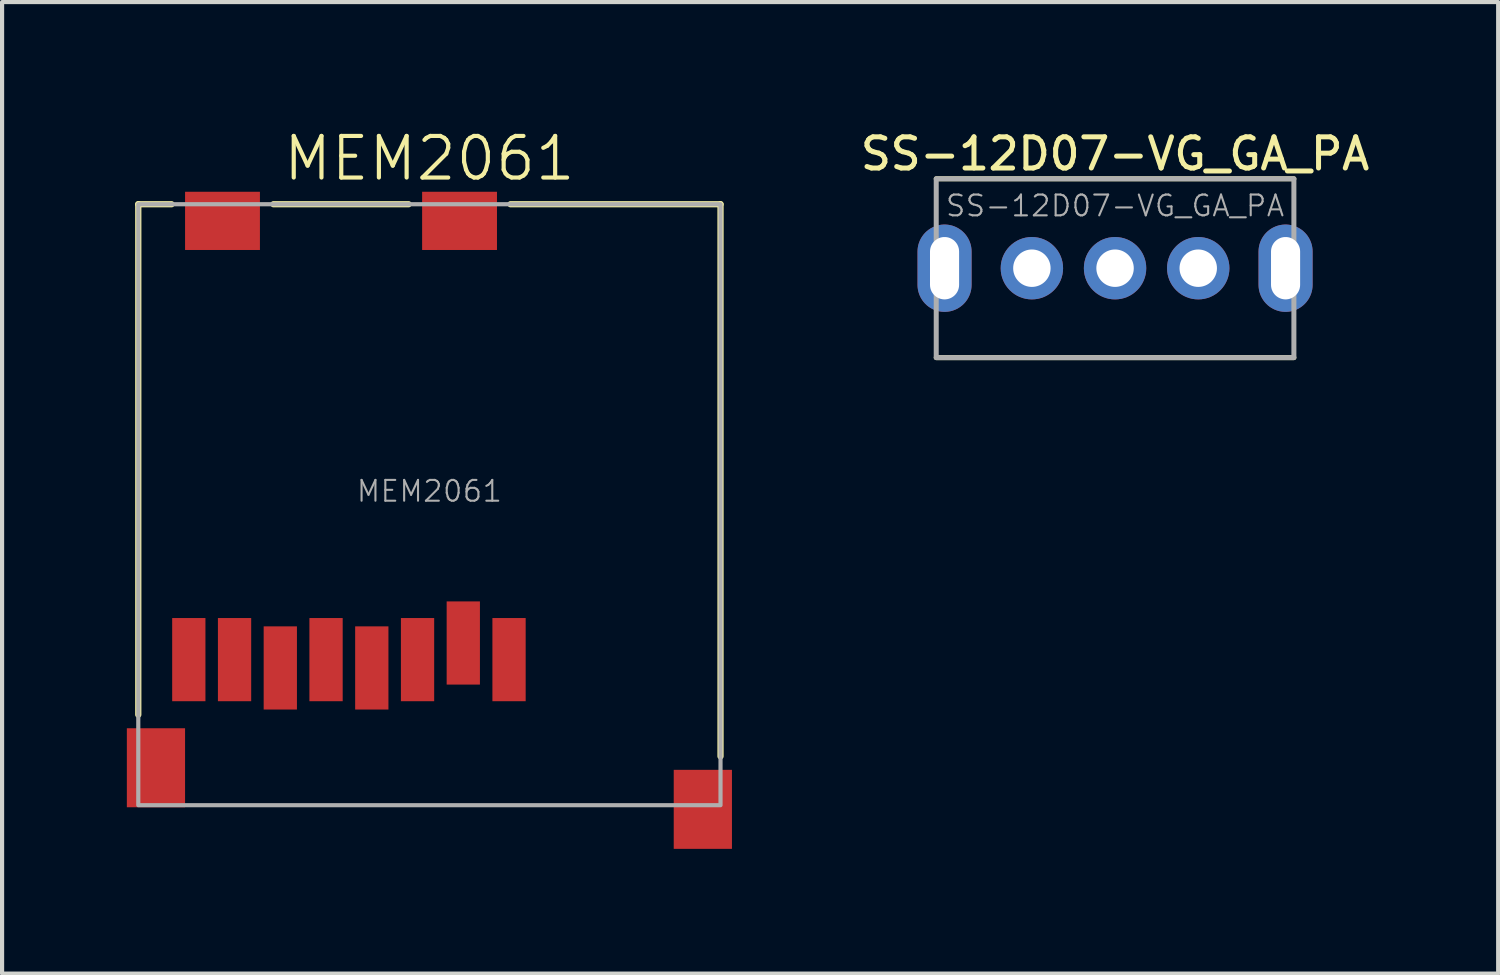
<source format=kicad_pcb>
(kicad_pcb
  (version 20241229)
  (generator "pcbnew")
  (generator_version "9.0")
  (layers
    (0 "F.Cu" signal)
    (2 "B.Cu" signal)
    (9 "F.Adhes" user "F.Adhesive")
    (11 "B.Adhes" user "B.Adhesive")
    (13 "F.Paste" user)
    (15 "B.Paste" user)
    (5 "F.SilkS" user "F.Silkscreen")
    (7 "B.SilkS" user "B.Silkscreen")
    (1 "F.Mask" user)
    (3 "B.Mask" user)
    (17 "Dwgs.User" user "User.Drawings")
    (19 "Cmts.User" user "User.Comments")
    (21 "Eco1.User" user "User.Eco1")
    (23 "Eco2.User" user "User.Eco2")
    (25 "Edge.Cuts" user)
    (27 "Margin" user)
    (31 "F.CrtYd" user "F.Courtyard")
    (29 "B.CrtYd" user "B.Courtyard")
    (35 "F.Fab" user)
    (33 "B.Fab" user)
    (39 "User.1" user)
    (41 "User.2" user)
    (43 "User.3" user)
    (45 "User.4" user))
  (footprint "SS-12D07-VG_GA_PA"
    (layer "F.Cu")
    (at 23.762 3.399)
    (property "Reference" "SS-12D07-VG_GA_PA" (at 0 -2.75 0) (unlocked yes) (layer "F.SilkS") (effects (font (size 0.75 0.75) (thickness 0.12))))
    (attr through_hole)
    (fp_line (start 4.3 -2.15) (end -4.3 -2.15) (stroke (width 0.12) (type default)) (layer "F.SilkS"))
    (fp_line (start 4.3 2.15) (end -4.3 2.15) (stroke (width 0.12) (type default)) (layer "F.SilkS"))
    (fp_rect (start -4.3 -2.15) (end 4.3 2.15) (stroke (width 0.12) (type default)) (fill no) (layer "F.Fab"))
    (fp_text user "${REFERENCE}" (at 0 -1.5 0) (unlocked yes) (layer "F.Fab") (effects (font (size 0.5 0.5) (thickness 0.05))))
    (pad "" thru_hole oval (at -4.1 0) (size 1.3 2.1) (drill oval 0.7 1.5) (layers "*.Cu" "*.Mask"))
    (pad "" thru_hole oval (at 4.1 0) (size 1.3 2.1) (drill oval 0.7 1.5) (layers "*.Cu" "*.Mask"))
    (pad "1" thru_hole circle (at -2 0) (size 1.5 1.5) (drill 0.9) (layers "*.Cu" "*.Mask"))
    (pad "2" thru_hole circle (at 0 0) (size 1.5 1.5) (drill 0.9) (layers "*.Cu" "*.Mask"))
    (pad "3" thru_hole circle (at 2 0) (size 1.5 1.5) (drill 0.9) (layers "*.Cu" "*.Mask")))
  (footprint "MEM2061"
    (layer "F.Cu")
    (at 7.275 15.411)
    (property "Reference" "MEM2061" (at 0 -14.65 0) (unlocked yes) (layer "F.SilkS") (effects (font (size 1 1) (thickness 0.1))))
    (attr smd)
    (fp_line (start -7 -13.55) (end -7 -1.275) (stroke (width 0.15) (type default)) (layer "F.SilkS"))
    (fp_line (start -7 -13.55) (end -6.2 -13.55) (stroke (width 0.15) (type default)) (layer "F.SilkS"))
    (fp_line (start -0.5 -13.55) (end -3.75 -13.55) (stroke (width 0.15) (type default)) (layer "F.SilkS"))
    (fp_line (start 7 -13.55) (end 1.95 -13.55) (stroke (width 0.15) (type default)) (layer "F.SilkS"))
    (fp_line (start 7 -0.275) (end 7 -13.55) (stroke (width 0.15) (type default)) (layer "F.SilkS"))
    (fp_rect (start -7 -13.55) (end 7 0.9) (stroke (width 0.1) (type default)) (fill no) (layer "F.Fab"))
    (fp_text user "${REFERENCE}" (at 0 -6.65 0) (unlocked yes) (layer "F.Fab") (effects (font (size 0.5 0.5) (thickness 0.05))))
    (pad "1" smd rect (at 1.915 -2.6) (size 0.8 2) (layers "F.Cu" "F.Mask" "F.Paste"))
    (pad "2" smd rect (at 0.815 -3) (size 0.8 2) (layers "F.Cu" "F.Mask" "F.Paste"))
    (pad "3" smd rect (at -0.285 -2.6) (size 0.8 2) (layers "F.Cu" "F.Mask" "F.Paste"))
    (pad "4" smd rect (at -1.385 -2.4) (size 0.8 2) (layers "F.Cu" "F.Mask" "F.Paste"))
    (pad "5" smd rect (at -2.485 -2.6) (size 0.8 2) (layers "F.Cu" "F.Mask" "F.Paste"))
    (pad "6" smd rect (at -3.585 -2.4) (size 0.8 2) (layers "F.Cu" "F.Mask" "F.Paste"))
    (pad "7" smd rect (at -4.685 -2.6) (size 0.8 2) (layers "F.Cu" "F.Mask" "F.Paste"))
    (pad "8" smd rect (at -5.785 -2.6) (size 0.8 2) (layers "F.Cu" "F.Mask" "F.Paste"))
    (pad "9" smd rect (at -4.975 -13.15) (size 1.8 1.4) (layers "F.Cu" "F.Mask" "F.Paste"))
    (pad "9" smd rect (at 0.725 -13.15) (size 1.8 1.4) (layers "F.Cu" "F.Mask" "F.Paste"))
    (pad "10" smd rect (at -6.575 0) (size 1.4 1.9) (layers "F.Cu" "F.Mask" "F.Paste"))
    (pad "10" smd rect (at 6.575 1) (size 1.4 1.9) (layers "F.Cu" "F.Mask" "F.Paste"))
    (zone (net_name "") (layers "F.Cu" "F.CrtYd") (hatch edge 0.5) (connect_pads) (min_thickness 0.25) (filled_areas_thickness no) (keepout (tracks not_allowed) (vias not_allowed) (pads not_allowed) (copperpour allowed) (footprints allowed)) (placement (enabled no)) (fill) (polygon (pts (xy 10.62 4.41) (xy 10.62 6.49) (xy 0.25 6.49) (xy 0.25 4.41)))))
  (gr_rect
    (start -3 -3)
    (end 32.974 20.36)
    (stroke (width 0.1) (type default))
    (fill no)
    (layer "Edge.Cuts")))
</source>
